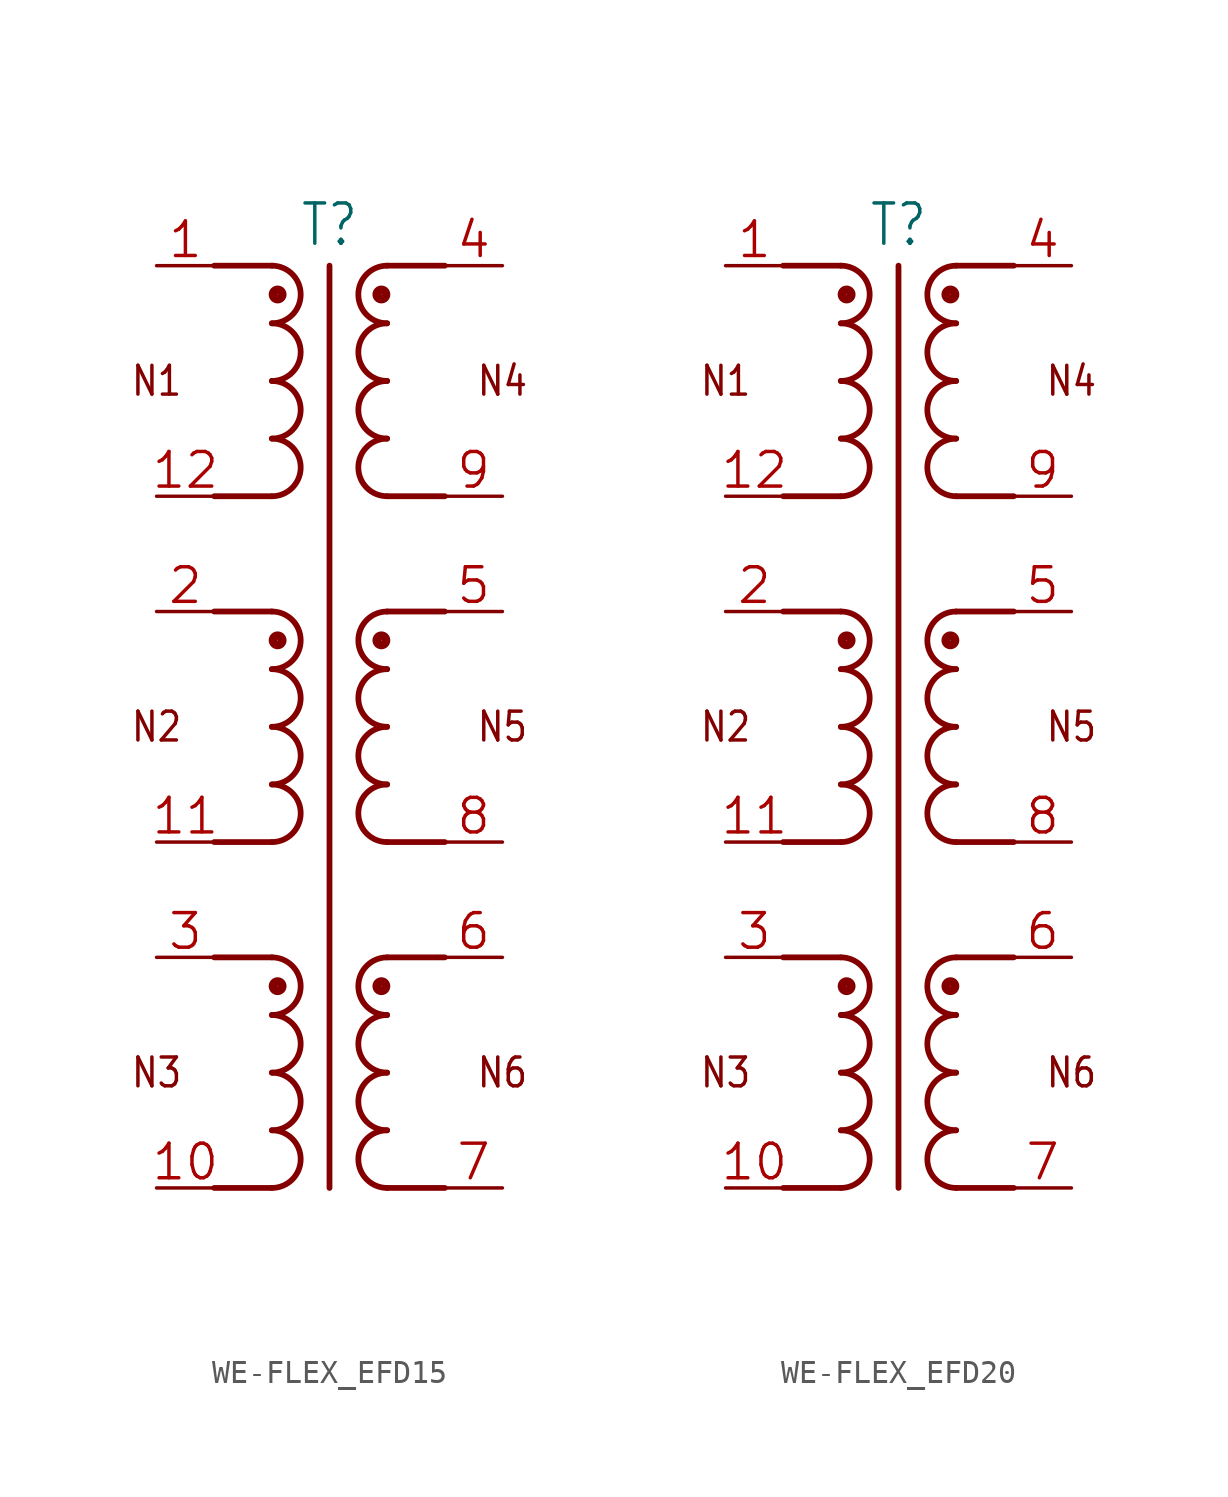
<source format=kicad_sym>
(kicad_symbol_lib
  (version 20241209)
  (generator "kicad_symbol_editor")
  (generator_version "9.0")
  (symbol "WE-FLEX_EFD15"
    (property "Reference" "T"
      (at 0 21.082 0)
      (effects (font (size 1.778 1.511)) (justify bottom)))
    (property "Value" ""
      (at 0 -22.86 0)
      (effects (font (size 1.778 1.511)) (justify bottom)))
    (property "ki_locked" ""
      (at 0 0 0)
      (effects (font (size 1.27 1.27))))
    (symbol "WE-FLEX_EFD15_1_0"
      (polyline (pts (xy -2.54 20.32) (xy -5.08 20.32)) (stroke (width 0.254) (type solid)) (fill (type none)))
      (arc (start -2.54 20.32) (mid -1.27 19.05) (end -2.54 17.78) (stroke (width 0.254) (type solid)) (fill (type none)))
      (arc (start -2.54 17.78) (mid -1.27 16.51) (end -2.54 15.24) (stroke (width 0.254) (type solid)) (fill (type none)))
      (arc (start -2.54 15.24) (mid -1.27 13.97) (end -2.54 12.7) (stroke (width 0.254) (type solid)) (fill (type none)))
      (arc (start -2.54 12.7) (mid -1.27 11.43) (end -2.54 10.16) (stroke (width 0.254) (type solid)) (fill (type none)))
      (polyline (pts (xy -2.54 10.16) (xy -5.08 10.16)) (stroke (width 0.254) (type solid)) (fill (type none)))
      (polyline (pts (xy -2.54 5.08) (xy -5.08 5.08)) (stroke (width 0.254) (type solid)) (fill (type none)))
      (arc (start -2.54 5.08) (mid -1.27 3.81) (end -2.54 2.54) (stroke (width 0.254) (type solid)) (fill (type none)))
      (arc (start -2.54 2.54) (mid -1.27 1.27) (end -2.54 0) (stroke (width 0.254) (type solid)) (fill (type none)))
      (arc (start -2.54 0) (mid -1.27 -1.27) (end -2.54 -2.54) (stroke (width 0.254) (type solid)) (fill (type none)))
      (arc (start -2.54 -2.54) (mid -1.27 -3.81) (end -2.54 -5.08) (stroke (width 0.254) (type solid)) (fill (type none)))
      (polyline (pts (xy -2.54 -5.08) (xy -5.08 -5.08)) (stroke (width 0.254) (type solid)) (fill (type none)))
      (polyline (pts (xy -2.54 -10.16) (xy -5.08 -10.16)) (stroke (width 0.254) (type solid)) (fill (type none)))
      (arc (start -2.54 -10.16) (mid -1.27 -11.43) (end -2.54 -12.7) (stroke (width 0.254) (type solid)) (fill (type none)))
      (arc (start -2.54 -12.7) (mid -1.27 -13.97) (end -2.54 -15.24) (stroke (width 0.254) (type solid)) (fill (type none)))
      (arc (start -2.54 -15.24) (mid -1.27 -16.51) (end -2.54 -17.78) (stroke (width 0.254) (type solid)) (fill (type none)))
      (arc (start -2.54 -17.78) (mid -1.27 -19.05) (end -2.54 -20.32) (stroke (width 0.254) (type solid)) (fill (type none)))
      (polyline (pts (xy -2.54 -20.32) (xy -5.08 -20.32)) (stroke (width 0.254) (type solid)) (fill (type none)))
      (circle (center -2.286 19.05) (radius 0.203) (stroke (width 0.381) (type solid)) (fill (type none)))
      (circle (center -2.286 3.81) (radius 0.203) (stroke (width 0.381) (type solid)) (fill (type none)))
      (circle (center -2.286 -11.43) (radius 0.203) (stroke (width 0.381) (type solid)) (fill (type none)))
      (polyline (pts (xy 0 20.32) (xy 0 -20.32)) (stroke (width 0.254) (type solid)) (fill (type none)))
      (circle (center 2.286 19.05) (radius 0.203) (stroke (width 0.381) (type solid)) (fill (type none)))
      (circle (center 2.286 3.81) (radius 0.203) (stroke (width 0.381) (type solid)) (fill (type none)))
      (circle (center 2.286 -11.43) (radius 0.203) (stroke (width 0.381) (type solid)) (fill (type none)))
      (polyline (pts (xy 2.54 20.32) (xy 5.08 20.32)) (stroke (width 0.254) (type solid)) (fill (type none)))
      (arc (start 2.54 17.78) (mid 1.27 19.05) (end 2.54 20.32) (stroke (width 0.254) (type solid)) (fill (type none)))
      (arc (start 2.54 15.24) (mid 1.27 16.51) (end 2.54 17.78) (stroke (width 0.254) (type solid)) (fill (type none)))
      (arc (start 2.54 12.7) (mid 1.27 13.97) (end 2.54 15.24) (stroke (width 0.254) (type solid)) (fill (type none)))
      (arc (start 2.54 10.16) (mid 1.27 11.43) (end 2.54 12.7) (stroke (width 0.254) (type solid)) (fill (type none)))
      (polyline (pts (xy 2.54 10.16) (xy 5.08 10.16)) (stroke (width 0.254) (type solid)) (fill (type none)))
      (polyline (pts (xy 2.54 5.08) (xy 5.08 5.08)) (stroke (width 0.254) (type solid)) (fill (type none)))
      (arc (start 2.54 2.54) (mid 1.27 3.81) (end 2.54 5.08) (stroke (width 0.254) (type solid)) (fill (type none)))
      (arc (start 2.54 0) (mid 1.27 1.27) (end 2.54 2.54) (stroke (width 0.254) (type solid)) (fill (type none)))
      (arc (start 2.54 -2.54) (mid 1.27 -1.27) (end 2.54 0) (stroke (width 0.254) (type solid)) (fill (type none)))
      (arc (start 2.54 -5.08) (mid 1.27 -3.81) (end 2.54 -2.54) (stroke (width 0.254) (type solid)) (fill (type none)))
      (polyline (pts (xy 2.54 -5.08) (xy 5.08 -5.08)) (stroke (width 0.254) (type solid)) (fill (type none)))
      (polyline (pts (xy 2.54 -10.16) (xy 5.08 -10.16)) (stroke (width 0.254) (type solid)) (fill (type none)))
      (arc (start 2.54 -12.7) (mid 1.27 -11.43) (end 2.54 -10.16) (stroke (width 0.254) (type solid)) (fill (type none)))
      (arc (start 2.54 -15.24) (mid 1.27 -13.97) (end 2.54 -12.7) (stroke (width 0.254) (type solid)) (fill (type none)))
      (arc (start 2.54 -17.78) (mid 1.27 -16.51) (end 2.54 -15.24) (stroke (width 0.254) (type solid)) (fill (type none)))
      (arc (start 2.54 -20.32) (mid 1.27 -19.05) (end 2.54 -17.78) (stroke (width 0.254) (type solid)) (fill (type none)))
      (polyline (pts (xy 2.54 -20.32) (xy 5.08 -20.32)) (stroke (width 0.254) (type solid)) (fill (type none)))
      (text "N1" (at -7.62 15.24 0) (effects (font (size 1.27 1.079))))
      (text "N2" (at -7.62 0 0) (effects (font (size 1.27 1.079))))
      (text "N3" (at -7.62 -15.24 0) (effects (font (size 1.27 1.079))))
      (text "N4" (at 7.62 15.24 0) (effects (font (size 1.27 1.079))))
      (text "N5" (at 7.62 0 0) (effects (font (size 1.27 1.079))))
      (text "N6" (at 7.62 -15.24 0) (effects (font (size 1.27 1.079))))
      (pin passive line (at -7.62 20.32 0) (length 2.54) (name "1" (effects (font (size 0 0)))) (number "1" (effects (font (size 1.524 1.524)))))
      (pin passive line (at -7.62 10.16 0) (length 2.54) (name "12" (effects (font (size 0 0)))) (number "12" (effects (font (size 1.524 1.524)))))
      (pin passive line (at -7.62 5.08 0) (length 2.54) (name "2" (effects (font (size 0 0)))) (number "2" (effects (font (size 1.524 1.524)))))
      (pin passive line (at -7.62 -5.08 0) (length 2.54) (name "11" (effects (font (size 0 0)))) (number "11" (effects (font (size 1.524 1.524)))))
      (pin passive line (at -7.62 -10.16 0) (length 2.54) (name "3" (effects (font (size 0 0)))) (number "3" (effects (font (size 1.524 1.524)))))
      (pin passive line (at -7.62 -20.32 0) (length 2.54) (name "10" (effects (font (size 0 0)))) (number "10" (effects (font (size 1.524 1.524)))))
      (pin passive line (at 7.62 20.32 180) (length 2.54) (name "4" (effects (font (size 0 0)))) (number "4" (effects (font (size 1.524 1.524)))))
      (pin passive line (at 7.62 10.16 180) (length 2.54) (name "9" (effects (font (size 0 0)))) (number "9" (effects (font (size 1.524 1.524)))))
      (pin passive line (at 7.62 5.08 180) (length 2.54) (name "5" (effects (font (size 0 0)))) (number "5" (effects (font (size 1.524 1.524)))))
      (pin passive line (at 7.62 -5.08 180) (length 2.54) (name "8" (effects (font (size 0 0)))) (number "8" (effects (font (size 1.524 1.524)))))
      (pin passive line (at 7.62 -10.16 180) (length 2.54) (name "6" (effects (font (size 0 0)))) (number "6" (effects (font (size 1.524 1.524)))))
      (pin passive line (at 7.62 -20.32 180) (length 2.54) (name "7" (effects (font (size 0 0)))) (number "7" (effects (font (size 1.524 1.524)))))))
  (symbol "WE-FLEX_EFD20"
    (property "Reference" "T"
      (at 0 21.082 0)
      (effects (font (size 1.778 1.511)) (justify bottom)))
    (property "Value" ""
      (at 0 -22.86 0)
      (effects (font (size 1.778 1.511)) (justify bottom)))
    (property "ki_locked" ""
      (at 0 0 0)
      (effects (font (size 1.27 1.27))))
    (symbol "WE-FLEX_EFD20_1_0"
      (polyline (pts (xy -2.54 20.32) (xy -5.08 20.32)) (stroke (width 0.254) (type solid)) (fill (type none)))
      (arc (start -2.54 20.32) (mid -1.27 19.05) (end -2.54 17.78) (stroke (width 0.254) (type solid)) (fill (type none)))
      (arc (start -2.54 17.78) (mid -1.27 16.51) (end -2.54 15.24) (stroke (width 0.254) (type solid)) (fill (type none)))
      (arc (start -2.54 15.24) (mid -1.27 13.97) (end -2.54 12.7) (stroke (width 0.254) (type solid)) (fill (type none)))
      (arc (start -2.54 12.7) (mid -1.27 11.43) (end -2.54 10.16) (stroke (width 0.254) (type solid)) (fill (type none)))
      (polyline (pts (xy -2.54 10.16) (xy -5.08 10.16)) (stroke (width 0.254) (type solid)) (fill (type none)))
      (polyline (pts (xy -2.54 5.08) (xy -5.08 5.08)) (stroke (width 0.254) (type solid)) (fill (type none)))
      (arc (start -2.54 5.08) (mid -1.27 3.81) (end -2.54 2.54) (stroke (width 0.254) (type solid)) (fill (type none)))
      (arc (start -2.54 2.54) (mid -1.27 1.27) (end -2.54 0) (stroke (width 0.254) (type solid)) (fill (type none)))
      (arc (start -2.54 0) (mid -1.27 -1.27) (end -2.54 -2.54) (stroke (width 0.254) (type solid)) (fill (type none)))
      (arc (start -2.54 -2.54) (mid -1.27 -3.81) (end -2.54 -5.08) (stroke (width 0.254) (type solid)) (fill (type none)))
      (polyline (pts (xy -2.54 -5.08) (xy -5.08 -5.08)) (stroke (width 0.254) (type solid)) (fill (type none)))
      (polyline (pts (xy -2.54 -10.16) (xy -5.08 -10.16)) (stroke (width 0.254) (type solid)) (fill (type none)))
      (arc (start -2.54 -10.16) (mid -1.27 -11.43) (end -2.54 -12.7) (stroke (width 0.254) (type solid)) (fill (type none)))
      (arc (start -2.54 -12.7) (mid -1.27 -13.97) (end -2.54 -15.24) (stroke (width 0.254) (type solid)) (fill (type none)))
      (arc (start -2.54 -15.24) (mid -1.27 -16.51) (end -2.54 -17.78) (stroke (width 0.254) (type solid)) (fill (type none)))
      (arc (start -2.54 -17.78) (mid -1.27 -19.05) (end -2.54 -20.32) (stroke (width 0.254) (type solid)) (fill (type none)))
      (polyline (pts (xy -2.54 -20.32) (xy -5.08 -20.32)) (stroke (width 0.254) (type solid)) (fill (type none)))
      (circle (center -2.286 19.05) (radius 0.203) (stroke (width 0.381) (type solid)) (fill (type none)))
      (circle (center -2.286 3.81) (radius 0.203) (stroke (width 0.381) (type solid)) (fill (type none)))
      (circle (center -2.286 -11.43) (radius 0.203) (stroke (width 0.381) (type solid)) (fill (type none)))
      (polyline (pts (xy 0 20.32) (xy 0 -20.32)) (stroke (width 0.254) (type solid)) (fill (type none)))
      (circle (center 2.286 19.05) (radius 0.203) (stroke (width 0.381) (type solid)) (fill (type none)))
      (circle (center 2.286 3.81) (radius 0.203) (stroke (width 0.381) (type solid)) (fill (type none)))
      (circle (center 2.286 -11.43) (radius 0.203) (stroke (width 0.381) (type solid)) (fill (type none)))
      (polyline (pts (xy 2.54 20.32) (xy 5.08 20.32)) (stroke (width 0.254) (type solid)) (fill (type none)))
      (arc (start 2.54 17.78) (mid 1.27 19.05) (end 2.54 20.32) (stroke (width 0.254) (type solid)) (fill (type none)))
      (arc (start 2.54 15.24) (mid 1.27 16.51) (end 2.54 17.78) (stroke (width 0.254) (type solid)) (fill (type none)))
      (arc (start 2.54 12.7) (mid 1.27 13.97) (end 2.54 15.24) (stroke (width 0.254) (type solid)) (fill (type none)))
      (arc (start 2.54 10.16) (mid 1.27 11.43) (end 2.54 12.7) (stroke (width 0.254) (type solid)) (fill (type none)))
      (polyline (pts (xy 2.54 10.16) (xy 5.08 10.16)) (stroke (width 0.254) (type solid)) (fill (type none)))
      (polyline (pts (xy 2.54 5.08) (xy 5.08 5.08)) (stroke (width 0.254) (type solid)) (fill (type none)))
      (arc (start 2.54 2.54) (mid 1.27 3.81) (end 2.54 5.08) (stroke (width 0.254) (type solid)) (fill (type none)))
      (arc (start 2.54 0) (mid 1.27 1.27) (end 2.54 2.54) (stroke (width 0.254) (type solid)) (fill (type none)))
      (arc (start 2.54 -2.54) (mid 1.27 -1.27) (end 2.54 0) (stroke (width 0.254) (type solid)) (fill (type none)))
      (arc (start 2.54 -5.08) (mid 1.27 -3.81) (end 2.54 -2.54) (stroke (width 0.254) (type solid)) (fill (type none)))
      (polyline (pts (xy 2.54 -5.08) (xy 5.08 -5.08)) (stroke (width 0.254) (type solid)) (fill (type none)))
      (polyline (pts (xy 2.54 -10.16) (xy 5.08 -10.16)) (stroke (width 0.254) (type solid)) (fill (type none)))
      (arc (start 2.54 -12.7) (mid 1.27 -11.43) (end 2.54 -10.16) (stroke (width 0.254) (type solid)) (fill (type none)))
      (arc (start 2.54 -15.24) (mid 1.27 -13.97) (end 2.54 -12.7) (stroke (width 0.254) (type solid)) (fill (type none)))
      (arc (start 2.54 -17.78) (mid 1.27 -16.51) (end 2.54 -15.24) (stroke (width 0.254) (type solid)) (fill (type none)))
      (arc (start 2.54 -20.32) (mid 1.27 -19.05) (end 2.54 -17.78) (stroke (width 0.254) (type solid)) (fill (type none)))
      (polyline (pts (xy 2.54 -20.32) (xy 5.08 -20.32)) (stroke (width 0.254) (type solid)) (fill (type none)))
      (text "N1" (at -7.62 15.24 0) (effects (font (size 1.27 1.079))))
      (text "N2" (at -7.62 0 0) (effects (font (size 1.27 1.079))))
      (text "N3" (at -7.62 -15.24 0) (effects (font (size 1.27 1.079))))
      (text "N4" (at 7.62 15.24 0) (effects (font (size 1.27 1.079))))
      (text "N5" (at 7.62 0 0) (effects (font (size 1.27 1.079))))
      (text "N6" (at 7.62 -15.24 0) (effects (font (size 1.27 1.079))))
      (pin passive line (at -7.62 20.32 0) (length 2.54) (name "1" (effects (font (size 0 0)))) (number "1" (effects (font (size 1.524 1.524)))))
      (pin passive line (at -7.62 10.16 0) (length 2.54) (name "12" (effects (font (size 0 0)))) (number "12" (effects (font (size 1.524 1.524)))))
      (pin passive line (at -7.62 5.08 0) (length 2.54) (name "2" (effects (font (size 0 0)))) (number "2" (effects (font (size 1.524 1.524)))))
      (pin passive line (at -7.62 -5.08 0) (length 2.54) (name "11" (effects (font (size 0 0)))) (number "11" (effects (font (size 1.524 1.524)))))
      (pin passive line (at -7.62 -10.16 0) (length 2.54) (name "3" (effects (font (size 0 0)))) (number "3" (effects (font (size 1.524 1.524)))))
      (pin passive line (at -7.62 -20.32 0) (length 2.54) (name "10" (effects (font (size 0 0)))) (number "10" (effects (font (size 1.524 1.524)))))
      (pin passive line (at 7.62 20.32 180) (length 2.54) (name "4" (effects (font (size 0 0)))) (number "4" (effects (font (size 1.524 1.524)))))
      (pin passive line (at 7.62 10.16 180) (length 2.54) (name "9" (effects (font (size 0 0)))) (number "9" (effects (font (size 1.524 1.524)))))
      (pin passive line (at 7.62 5.08 180) (length 2.54) (name "5" (effects (font (size 0 0)))) (number "5" (effects (font (size 1.524 1.524)))))
      (pin passive line (at 7.62 -5.08 180) (length 2.54) (name "8" (effects (font (size 0 0)))) (number "8" (effects (font (size 1.524 1.524)))))
      (pin passive line (at 7.62 -10.16 180) (length 2.54) (name "6" (effects (font (size 0 0)))) (number "6" (effects (font (size 1.524 1.524)))))
      (pin passive line (at 7.62 -20.32 180) (length 2.54) (name "7" (effects (font (size 0 0)))) (number "7" (effects (font (size 1.524 1.524))))))))
</source>
